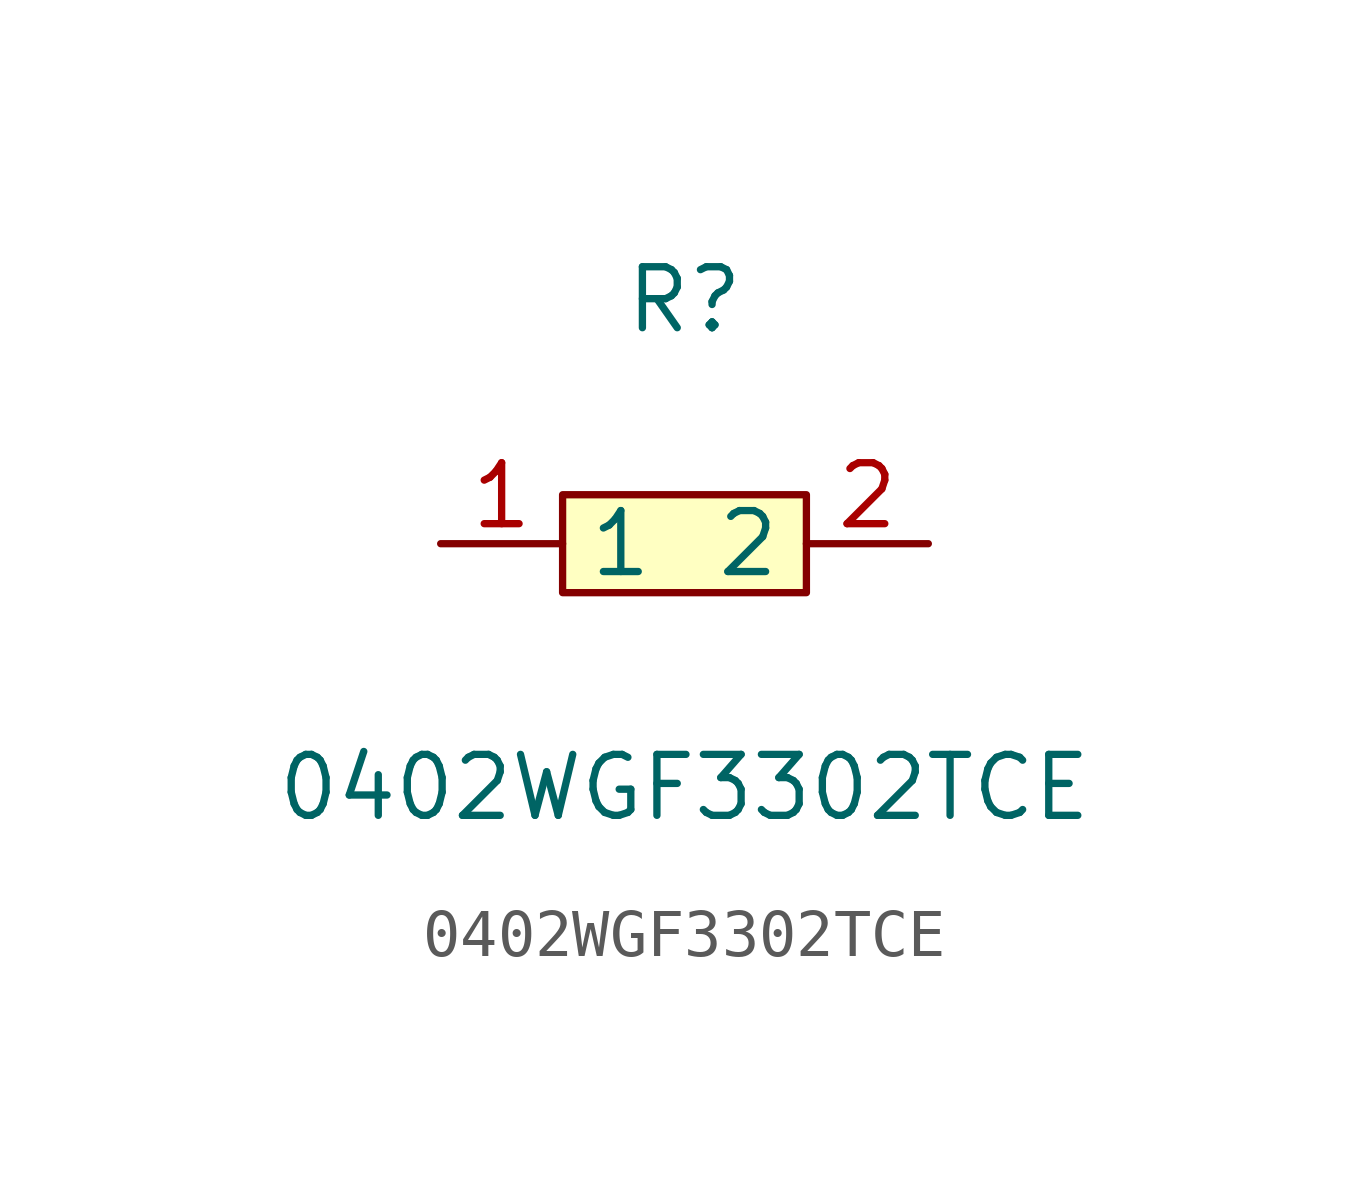
<source format=kicad_sym>
(kicad_symbol_lib
  (version 20211014)
  (generator https://github.com/uPesy/easyeda2kicad.py)
  (symbol "0402WGF3302TCE"
    (property "Reference" "R"
      (at 0 5.08 0)
      (effects (font (size 1.27 1.27))))
    (property "Value" "0402WGF3302TCE"
      (at 0 -5.08 0)
      (effects (font (size 1.27 1.27))))
    (symbol "0402WGF3302TCE_0_1"
      (rectangle (start -2.54 1.02) (end 2.54 -1.02) (stroke (width 0) (type default) (color 0 0 0 0)) (fill (type background)))
      (pin input line (at 5.08 -0.00 180) (length 2.54) (name "2" (effects (font (size 1.27 1.27)))) (number "2" (effects (font (size 1.27 1.27)))))
      (pin input line (at -5.08 -0.00 0) (length 2.54) (name "1" (effects (font (size 1.27 1.27)))) (number "1" (effects (font (size 1.27 1.27))))))))
</source>
